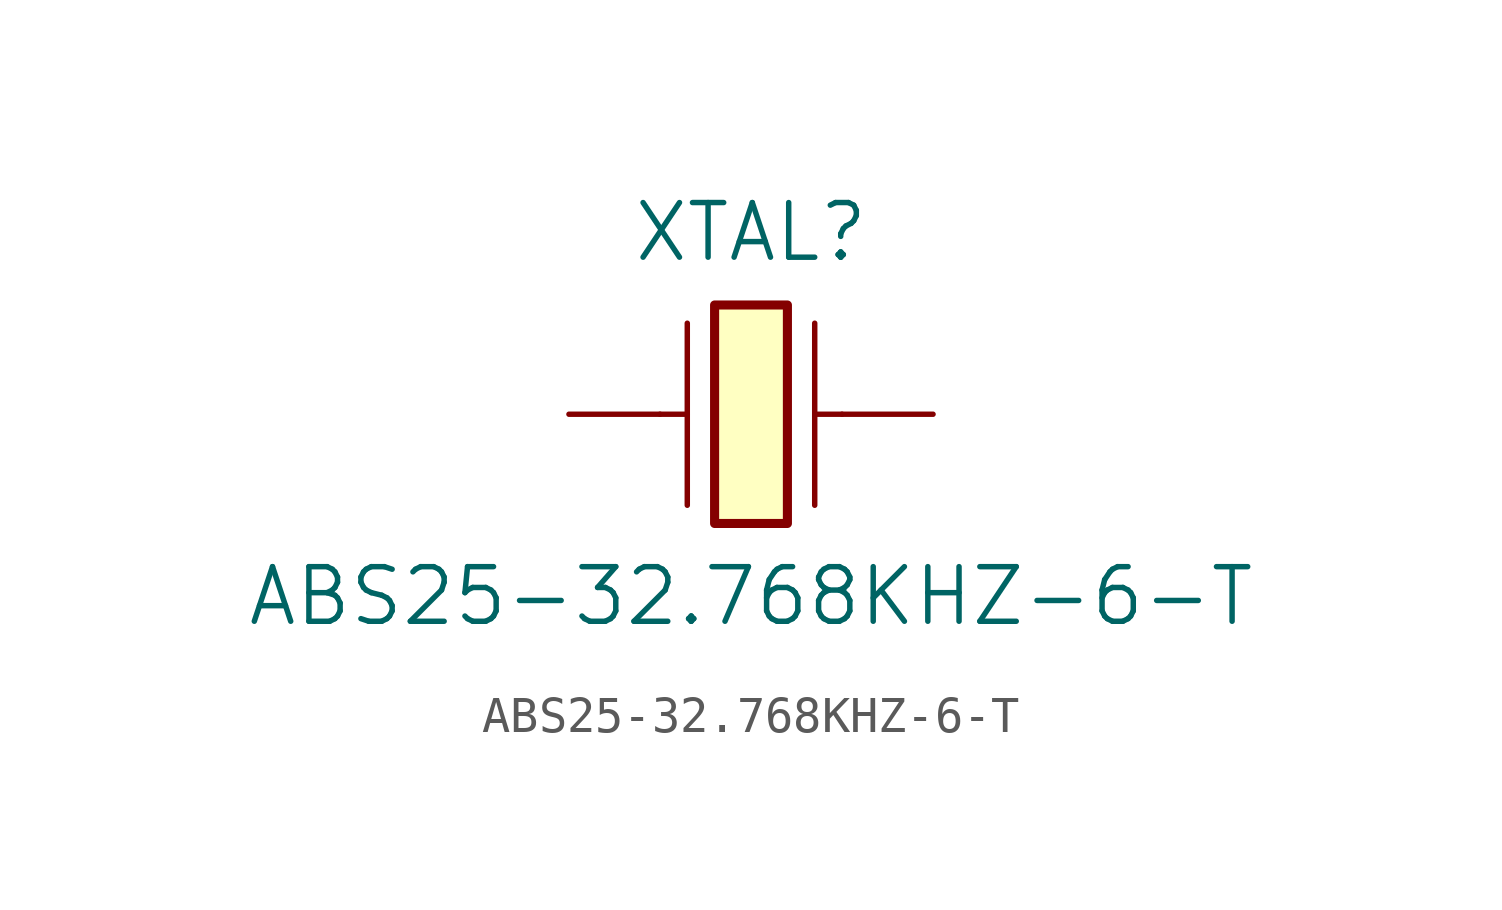
<source format=kicad_sym>
(kicad_symbol_lib
  (version 20241209)
  (generator "kicad_symbol_editor")
  (generator_version "9.0")
  (symbol "ABS25-32.768KHZ-6-T"
    (pin_numbers
      (hide yes))
    (pin_names
      (offset 0)
      (hide yes))
    (property "Reference" "XTAL"
      (at 0 5.08 0)
      (effects (font (size 1.524 1.524))))
    (property "Value" "ABS25-32.768KHZ-6-T"
      (at 0 -5.08 0)
      (effects (font (size 1.524 1.524))))
    (symbol "ABS25-32.768KHZ-6-T_1_1"
      (polyline (pts (xy -2.54 0) (xy -1.778 0)) (stroke (width 0) (type default)) (fill (type none)))
      (polyline (pts (xy -1.778 2.54) (xy -1.778 0) (xy -1.778 -2.54)) (stroke (width 0) (type default)) (fill (type none)))
      (rectangle (start -1.016 3.048) (end 1.016 -3.048) (stroke (width 0.254) (type default)) (fill (type background)))
      (polyline (pts (xy 1.778 2.54) (xy 1.778 0) (xy 1.778 -2.54)) (stroke (width 0) (type default)) (fill (type none)))
      (polyline (pts (xy 2.54 0) (xy 1.778 0)) (stroke (width 0) (type default)) (fill (type none)))
      (pin input line (at -5.08 0 0) (length 2.54) (name "1" (effects (font (size 1.27 1.27)))) (number "1" (effects (font (size 1.27 1.27)))))
      (pin no_connect line (at -5.08 -2.54 0) (length 2.54) (hide yes) (name "NC" (effects (font (size 0.762 0.762)))) (number "2" (effects (font (size 1.27 1.27)))))
      (pin input line (at 5.08 0 180) (length 2.54) (name "4" (effects (font (size 1.27 1.27)))) (number "4" (effects (font (size 1.27 1.27)))))
      (pin no_connect line (at 5.08 -2.54 180) (length 2.54) (hide yes) (name "NC" (effects (font (size 0.762 0.762)))) (number "3" (effects (font (size 1.27 1.27))))))))
</source>
